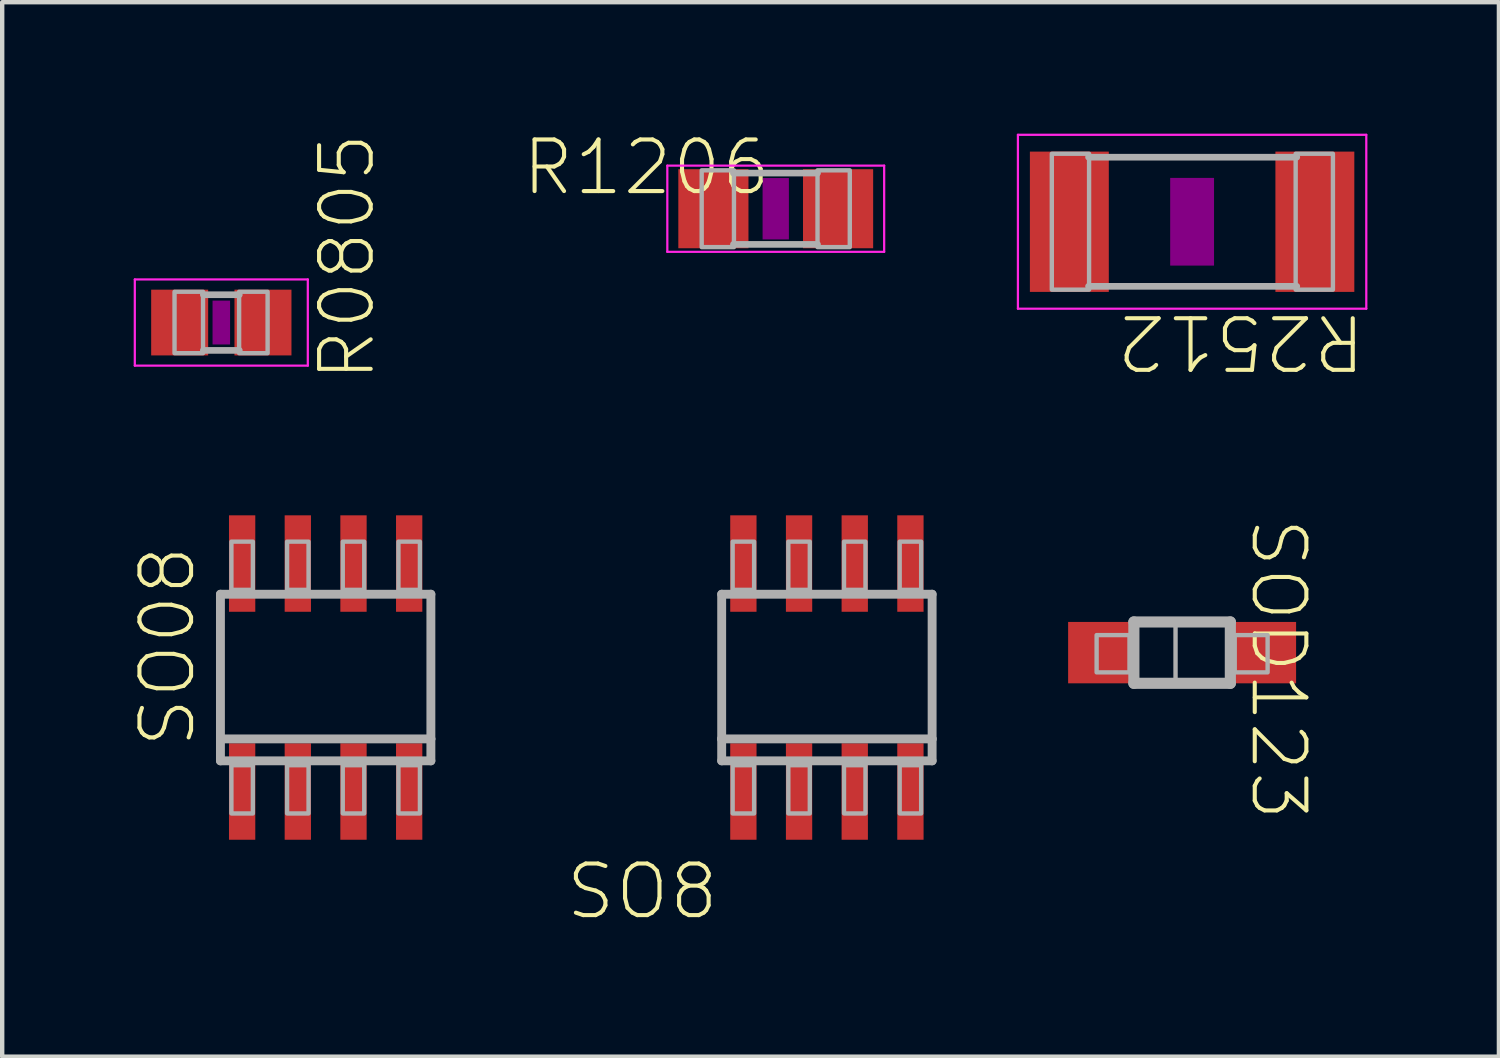
<source format=kicad_pcb>
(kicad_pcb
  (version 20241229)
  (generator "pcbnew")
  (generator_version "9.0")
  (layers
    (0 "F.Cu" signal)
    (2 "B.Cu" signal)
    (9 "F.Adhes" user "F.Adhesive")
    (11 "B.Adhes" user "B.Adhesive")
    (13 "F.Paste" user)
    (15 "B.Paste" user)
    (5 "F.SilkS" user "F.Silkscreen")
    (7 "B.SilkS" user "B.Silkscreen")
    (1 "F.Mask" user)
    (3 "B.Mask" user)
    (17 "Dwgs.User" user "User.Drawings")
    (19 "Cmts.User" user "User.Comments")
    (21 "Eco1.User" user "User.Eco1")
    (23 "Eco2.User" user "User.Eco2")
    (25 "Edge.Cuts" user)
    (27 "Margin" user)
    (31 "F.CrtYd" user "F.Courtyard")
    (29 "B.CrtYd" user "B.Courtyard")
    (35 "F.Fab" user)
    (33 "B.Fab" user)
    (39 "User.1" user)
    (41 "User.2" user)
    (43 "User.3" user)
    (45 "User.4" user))
  (footprint "R1206"
    (layer "F.Cu")
    (at 14.644 1.711)
    (property "Reference" "R1206" (at -5.842 -0.254 0) (unlocked yes) (layer "F.SilkS") (effects (font (size 1.177 1.177) (thickness 0.093)) (justify left bottom)))
    (fp_poly (pts (xy -0.3 0.7) (xy 0.3 0.7) (xy 0.3 -0.7) (xy -0.3 -0.7)) (stroke (width 0) (type default)) (fill yes) (layer "F.Adhes"))
    (fp_line (start -2.473 -0.983) (end 2.473 -0.983) (stroke (width 0.051) (type solid)) (layer "F.CrtYd"))
    (fp_line (start -2.473 0.983) (end -2.473 -0.983) (stroke (width 0.051) (type solid)) (layer "F.CrtYd"))
    (fp_line (start 2.473 -0.983) (end 2.473 0.983) (stroke (width 0.051) (type solid)) (layer "F.CrtYd"))
    (fp_line (start 2.473 0.983) (end -2.473 0.983) (stroke (width 0.051) (type solid)) (layer "F.CrtYd"))
    (fp_line (start 0.953 -0.813) (end -0.965 -0.813) (stroke (width 0.152) (type solid)) (layer "F.Fab"))
    (fp_line (start 0.953 0.813) (end -0.965 0.813) (stroke (width 0.152) (type solid)) (layer "F.Fab"))
    (fp_poly (pts (xy -1.689 0.876) (xy -0.953 0.876) (xy -0.953 -0.876) (xy -1.689 -0.876)) (stroke (width 0.1) (type default)) (fill no) (layer "F.Fab"))
    (fp_poly (pts (xy 0.953 0.876) (xy 1.689 0.876) (xy 1.689 -0.876) (xy 0.953 -0.876)) (stroke (width 0.1) (type default)) (fill no) (layer "F.Fab"))
    (pad "1" smd rect (at -1.422 0) (size 1.6 1.803) (layers "F.Cu" "F.Mask" "F.Paste"))
    (pad "2" smd rect (at 1.422 0) (size 1.6 1.803) (layers "F.Cu" "F.Mask" "F.Paste")))
  (footprint "SO08"
    (layer "F.Cu")
    (at 4.378 12.404)
    (property "Reference" "SO08" (at -2.921 1.651 90) (unlocked yes) (layer "F.SilkS") (effects (font (size 1.177 1.177) (thickness 0.093)) (justify left bottom)))
    (fp_line (start -2.4 -1.9) (end 2.4 -1.9) (stroke (width 0.203) (type solid)) (layer "F.Fab"))
    (fp_line (start -2.4 1.4) (end -2.4 -1.9) (stroke (width 0.203) (type solid)) (layer "F.Fab"))
    (fp_line (start -2.4 1.9) (end -2.4 1.4) (stroke (width 0.203) (type solid)) (layer "F.Fab"))
    (fp_line (start 2.4 -1.9) (end 2.4 1.4) (stroke (width 0.203) (type solid)) (layer "F.Fab"))
    (fp_line (start 2.4 1.4) (end -2.4 1.4) (stroke (width 0.203) (type solid)) (layer "F.Fab"))
    (fp_line (start 2.4 1.4) (end 2.4 1.9) (stroke (width 0.203) (type solid)) (layer "F.Fab"))
    (fp_line (start 2.4 1.9) (end -2.4 1.9) (stroke (width 0.203) (type solid)) (layer "F.Fab"))
    (fp_poly (pts (xy -2.15 -2) (xy -1.66 -2) (xy -1.66 -3.1) (xy -2.15 -3.1)) (stroke (width 0.1) (type default)) (fill no) (layer "F.Fab"))
    (fp_poly (pts (xy -2.15 3.1) (xy -1.66 3.1) (xy -1.66 2) (xy -2.15 2)) (stroke (width 0.1) (type default)) (fill no) (layer "F.Fab"))
    (fp_poly (pts (xy -0.88 -2) (xy -0.39 -2) (xy -0.39 -3.1) (xy -0.88 -3.1)) (stroke (width 0.1) (type default)) (fill no) (layer "F.Fab"))
    (fp_poly (pts (xy -0.88 3.1) (xy -0.39 3.1) (xy -0.39 2) (xy -0.88 2)) (stroke (width 0.1) (type default)) (fill no) (layer "F.Fab"))
    (fp_poly (pts (xy 0.39 -2) (xy 0.88 -2) (xy 0.88 -3.1) (xy 0.39 -3.1)) (stroke (width 0.1) (type default)) (fill no) (layer "F.Fab"))
    (fp_poly (pts (xy 0.39 3.1) (xy 0.88 3.1) (xy 0.88 2) (xy 0.39 2)) (stroke (width 0.1) (type default)) (fill no) (layer "F.Fab"))
    (fp_poly (pts (xy 1.66 -2) (xy 2.15 -2) (xy 2.15 -3.1) (xy 1.66 -3.1)) (stroke (width 0.1) (type default)) (fill no) (layer "F.Fab"))
    (fp_poly (pts (xy 1.66 3.1) (xy 2.15 3.1) (xy 2.15 2) (xy 1.66 2)) (stroke (width 0.1) (type default)) (fill no) (layer "F.Fab"))
    (pad "1" smd rect (at -1.905 2.6) (size 0.6 2.2) (layers "F.Cu" "F.Mask" "F.Paste"))
    (pad "2" smd rect (at -0.635 2.6) (size 0.6 2.2) (layers "F.Cu" "F.Mask" "F.Paste"))
    (pad "3" smd rect (at 0.635 2.6) (size 0.6 2.2) (layers "F.Cu" "F.Mask" "F.Paste"))
    (pad "4" smd rect (at 1.905 2.6) (size 0.6 2.2) (layers "F.Cu" "F.Mask" "F.Paste"))
    (pad "5" smd rect (at 1.905 -2.6) (size 0.6 2.2) (layers "F.Cu" "F.Mask" "F.Paste"))
    (pad "6" smd rect (at 0.635 -2.6) (size 0.6 2.2) (layers "F.Cu" "F.Mask" "F.Paste"))
    (pad "7" smd rect (at -0.635 -2.6) (size 0.6 2.2) (layers "F.Cu" "F.Mask" "F.Paste"))
    (pad "8" smd rect (at -1.905 -2.6) (size 0.6 2.2) (layers "F.Cu" "F.Mask" "F.Paste")))
  (footprint "R0805"
    (layer "F.Cu")
    (at 1.998 4.307)
    (property "Reference" "R0805" (at 3.556 1.397 90) (unlocked yes) (layer "F.SilkS") (effects (font (size 1.177 1.177) (thickness 0.093)) (justify left bottom)))
    (fp_poly (pts (xy -0.2 0.5) (xy 0.2 0.5) (xy 0.2 -0.5) (xy -0.2 -0.5)) (stroke (width 0) (type default)) (fill yes) (layer "F.Adhes"))
    (fp_line (start -1.973 -0.983) (end 1.973 -0.983) (stroke (width 0.051) (type solid)) (layer "F.CrtYd"))
    (fp_line (start -1.973 0.983) (end -1.973 -0.983) (stroke (width 0.051) (type solid)) (layer "F.CrtYd"))
    (fp_line (start 1.973 -0.983) (end 1.973 0.983) (stroke (width 0.051) (type solid)) (layer "F.CrtYd"))
    (fp_line (start 1.973 0.983) (end -1.973 0.983) (stroke (width 0.051) (type solid)) (layer "F.CrtYd"))
    (fp_line (start -0.41 -0.635) (end 0.41 -0.635) (stroke (width 0.152) (type solid)) (layer "F.Fab"))
    (fp_line (start -0.41 0.635) (end 0.41 0.635) (stroke (width 0.152) (type solid)) (layer "F.Fab"))
    (fp_poly (pts (xy -1.067 0.699) (xy -0.417 0.699) (xy -0.417 -0.702) (xy -1.067 -0.702)) (stroke (width 0.1) (type default)) (fill no) (layer "F.Fab"))
    (fp_poly (pts (xy 0.406 0.699) (xy 1.056 0.699) (xy 1.056 -0.702) (xy 0.406 -0.702)) (stroke (width 0.1) (type default)) (fill no) (layer "F.Fab"))
    (pad "1" smd rect (at -0.95 0) (size 1.3 1.5) (layers "F.Cu" "F.Mask" "F.Paste"))
    (pad "2" smd rect (at 0.95 0) (size 1.3 1.5) (layers "F.Cu" "F.Mask" "F.Paste")))
  (footprint "SOD123"
    (layer "F.Cu")
    (at 23.913 11.836)
    (property "Reference" "SOD123" (at 1.508 -3.132 270) (unlocked yes) (layer "F.SilkS") (effects (font (size 1.177 1.177) (thickness 0.093)) (justify left bottom)))
    (fp_line (start -1.1 -0.7) (end 1.1 -0.7) (stroke (width 0.254) (type solid)) (layer "F.Fab"))
    (fp_line (start -1.1 0.7) (end -1.1 -0.7) (stroke (width 0.254) (type solid)) (layer "F.Fab"))
    (fp_line (start 1.1 -0.7) (end 1.1 0.7) (stroke (width 0.254) (type solid)) (layer "F.Fab"))
    (fp_line (start 1.1 0.7) (end -1.1 0.7) (stroke (width 0.254) (type solid)) (layer "F.Fab"))
    (fp_poly (pts (xy -1.95 0.45) (xy -1.2 0.45) (xy -1.2 -0.4) (xy -1.95 -0.4)) (stroke (width 0.1) (type default)) (fill no) (layer "F.Fab"))
    (fp_poly (pts (xy -1.05 0.65) (xy -0.15 0.65) (xy -0.15 -0.7) (xy -1.05 -0.7)) (stroke (width 0.1) (type default)) (fill no) (layer "F.Fab"))
    (fp_poly (pts (xy 1.2 0.45) (xy 1.95 0.45) (xy 1.95 -0.4) (xy 1.2 -0.4)) (stroke (width 0.1) (type default)) (fill no) (layer "F.Fab"))
    (pad "A" smd rect (at 1.9 0) (size 1.4 1.4) (layers "F.Cu" "F.Mask" "F.Paste"))
    (pad "C" smd rect (at -1.9 0) (size 1.4 1.4) (layers "F.Cu" "F.Mask" "F.Paste")))
  (footprint "R2512"
    (layer "F.Cu")
    (at 24.141 2.008)
    (property "Reference" "R2512" (at -1.778 3.429 180) (unlocked yes) (layer "F.SilkS") (effects (font (size 1.177 1.177) (thickness 0.093)) (justify right top)))
    (fp_poly (pts (xy -0.5 1) (xy 0.5 1) (xy 0.5 -1) (xy -0.5 -1)) (stroke (width 0) (type default)) (fill yes) (layer "F.Adhes"))
    (fp_line (start -3.973 -1.983) (end 3.973 -1.983) (stroke (width 0.051) (type solid)) (layer "F.CrtYd"))
    (fp_line (start -3.973 1.983) (end -3.973 -1.983) (stroke (width 0.051) (type solid)) (layer "F.CrtYd"))
    (fp_line (start 3.973 -1.983) (end 3.973 1.983) (stroke (width 0.051) (type solid)) (layer "F.CrtYd"))
    (fp_line (start 3.973 1.983) (end -3.973 1.983) (stroke (width 0.051) (type solid)) (layer "F.CrtYd"))
    (fp_line (start -2.362 -1.473) (end 2.387 -1.473) (stroke (width 0.152) (type solid)) (layer "F.Fab"))
    (fp_line (start -2.362 1.473) (end 2.387 1.473) (stroke (width 0.152) (type solid)) (layer "F.Fab"))
    (fp_poly (pts (xy -3.2 1.549) (xy -2.35 1.549) (xy -2.35 -1.551) (xy -3.2 -1.551)) (stroke (width 0.1) (type default)) (fill no) (layer "F.Fab"))
    (fp_poly (pts (xy 2.362 1.549) (xy 3.212 1.549) (xy 3.212 -1.551) (xy 2.362 -1.551)) (stroke (width 0.1) (type default)) (fill no) (layer "F.Fab"))
    (pad "1" smd rect (at -2.8 0) (size 1.8 3.2) (layers "F.Cu" "F.Mask" "F.Paste"))
    (pad "2" smd rect (at 2.8 0) (size 1.8 3.2) (layers "F.Cu" "F.Mask" "F.Paste")))
  (footprint "SO8"
    (layer "F.Cu")
    (at 15.811 12.404)
    (property "Reference" "SO8" (at -2.413 4.191 0) (unlocked yes) (layer "F.SilkS") (effects (font (size 1.177 1.177) (thickness 0.093)) (justify right top)))
    (fp_line (start -2.4 -1.9) (end 2.4 -1.9) (stroke (width 0.203) (type solid)) (layer "F.Fab"))
    (fp_line (start -2.4 1.4) (end -2.4 -1.9) (stroke (width 0.203) (type solid)) (layer "F.Fab"))
    (fp_line (start -2.4 1.9) (end -2.4 1.4) (stroke (width 0.203) (type solid)) (layer "F.Fab"))
    (fp_line (start 2.4 -1.9) (end 2.4 1.4) (stroke (width 0.203) (type solid)) (layer "F.Fab"))
    (fp_line (start 2.4 1.4) (end -2.4 1.4) (stroke (width 0.203) (type solid)) (layer "F.Fab"))
    (fp_line (start 2.4 1.4) (end 2.4 1.9) (stroke (width 0.203) (type solid)) (layer "F.Fab"))
    (fp_line (start 2.4 1.9) (end -2.4 1.9) (stroke (width 0.203) (type solid)) (layer "F.Fab"))
    (fp_poly (pts (xy -2.15 -2) (xy -1.66 -2) (xy -1.66 -3.1) (xy -2.15 -3.1)) (stroke (width 0.1) (type default)) (fill no) (layer "F.Fab"))
    (fp_poly (pts (xy -2.15 3.1) (xy -1.66 3.1) (xy -1.66 2) (xy -2.15 2)) (stroke (width 0.1) (type default)) (fill no) (layer "F.Fab"))
    (fp_poly (pts (xy -0.88 -2) (xy -0.39 -2) (xy -0.39 -3.1) (xy -0.88 -3.1)) (stroke (width 0.1) (type default)) (fill no) (layer "F.Fab"))
    (fp_poly (pts (xy -0.88 3.1) (xy -0.39 3.1) (xy -0.39 2) (xy -0.88 2)) (stroke (width 0.1) (type default)) (fill no) (layer "F.Fab"))
    (fp_poly (pts (xy 0.39 -2) (xy 0.88 -2) (xy 0.88 -3.1) (xy 0.39 -3.1)) (stroke (width 0.1) (type default)) (fill no) (layer "F.Fab"))
    (fp_poly (pts (xy 0.39 3.1) (xy 0.88 3.1) (xy 0.88 2) (xy 0.39 2)) (stroke (width 0.1) (type default)) (fill no) (layer "F.Fab"))
    (fp_poly (pts (xy 1.66 -2) (xy 2.15 -2) (xy 2.15 -3.1) (xy 1.66 -3.1)) (stroke (width 0.1) (type default)) (fill no) (layer "F.Fab"))
    (fp_poly (pts (xy 1.66 3.1) (xy 2.15 3.1) (xy 2.15 2) (xy 1.66 2)) (stroke (width 0.1) (type default)) (fill no) (layer "F.Fab"))
    (pad "1" smd rect (at -1.905 2.6) (size 0.6 2.2) (layers "F.Cu" "F.Mask" "F.Paste"))
    (pad "2" smd rect (at -0.635 2.6) (size 0.6 2.2) (layers "F.Cu" "F.Mask" "F.Paste"))
    (pad "3" smd rect (at 0.635 2.6) (size 0.6 2.2) (layers "F.Cu" "F.Mask" "F.Paste"))
    (pad "4" smd rect (at 1.905 2.6) (size 0.6 2.2) (layers "F.Cu" "F.Mask" "F.Paste"))
    (pad "5" smd rect (at 1.905 -2.6) (size 0.6 2.2) (layers "F.Cu" "F.Mask" "F.Paste"))
    (pad "6" smd rect (at 0.635 -2.6) (size 0.6 2.2) (layers "F.Cu" "F.Mask" "F.Paste"))
    (pad "7" smd rect (at -0.635 -2.6) (size 0.6 2.2) (layers "F.Cu" "F.Mask" "F.Paste"))
    (pad "8" smd rect (at -1.905 -2.6) (size 0.6 2.2) (layers "F.Cu" "F.Mask" "F.Paste")))
  (gr_rect
    (start -3 -3)
    (end 31.139 21.052)
    (stroke (width 0.1) (type default))
    (fill no)
    (layer "Edge.Cuts")))
</source>
